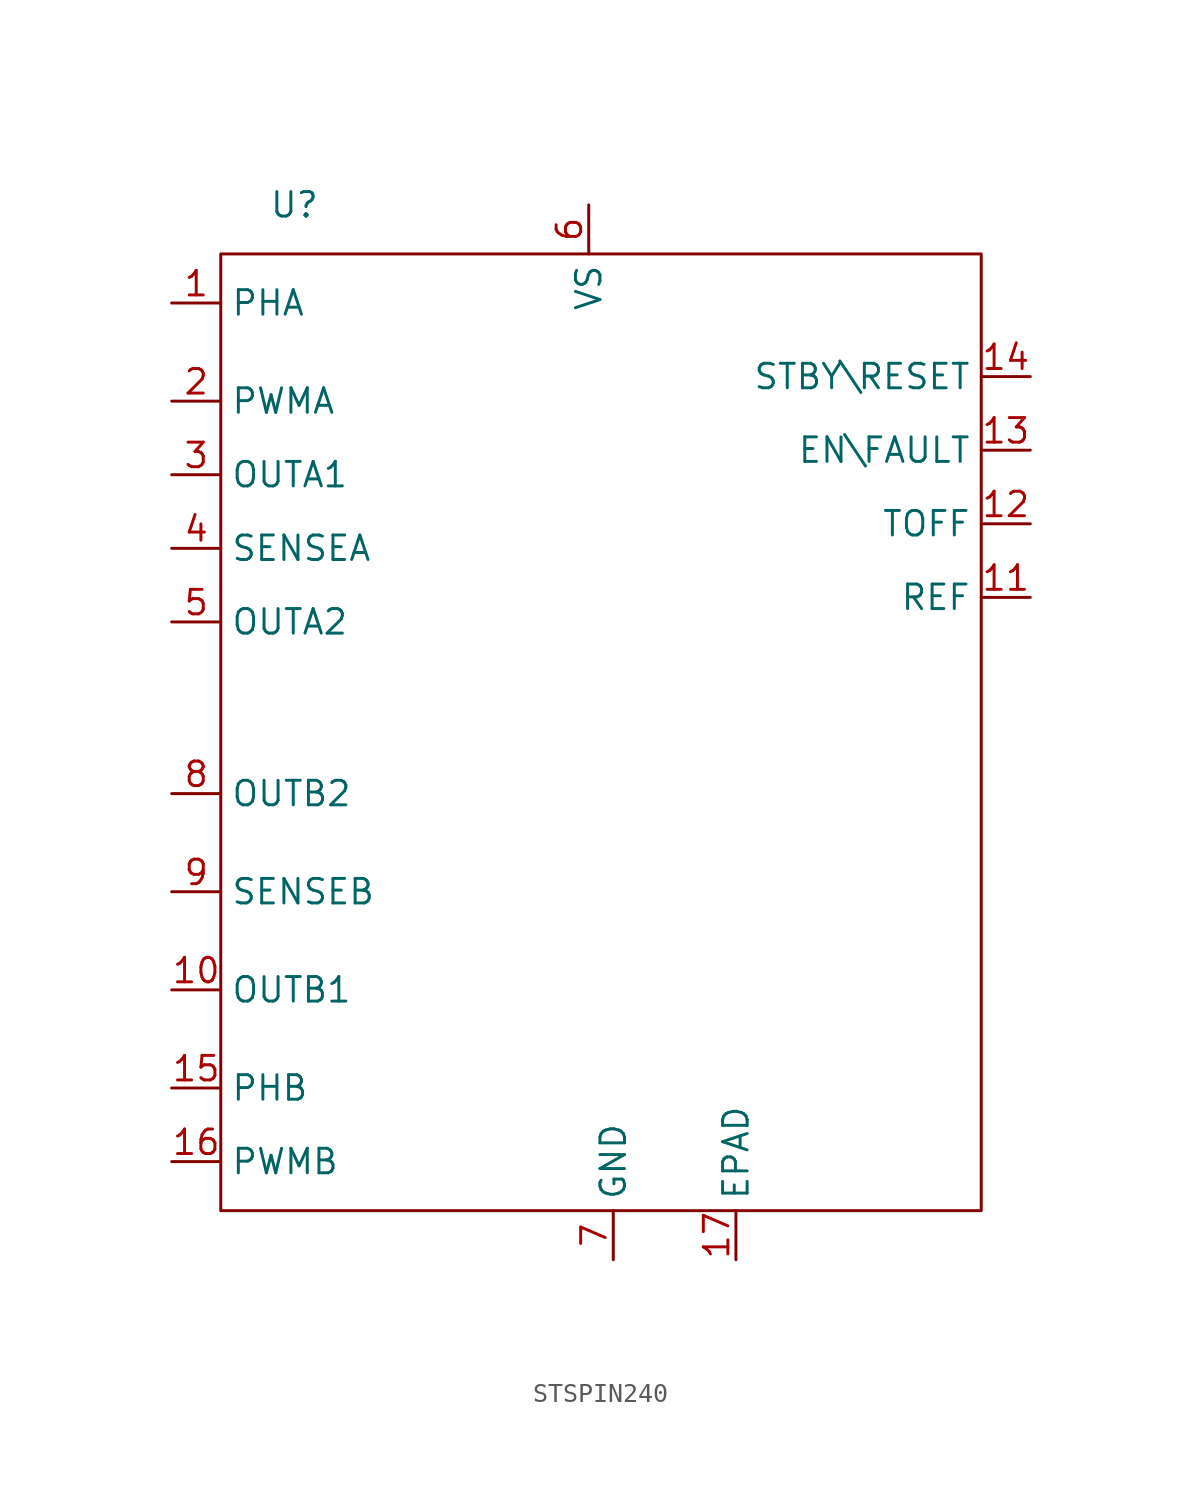
<source format=kicad_sym>
(kicad_symbol_lib
  (version 20220914)
  (generator kicad_symbol_editor)
  (symbol "STSPIN240"
    (property "Reference" "U"
      (at -2.54 7.62 0)
      (effects (font (size 1.27 1.27))))
    (property "Value" ""
      (at 0 0 0)
      (effects (font (size 1.27 1.27))))
    (symbol "STSPIN240_0_1"
      (rectangle (start -6.35 5.08) (end 33.02 -44.45) (stroke (width 0) (type default)) (fill (type none))))
    (symbol "STSPIN240_1_1"
      (pin input line (at -8.89 2.54 0) (length 2.54) (name "PHA" (effects (font (size 1.27 1.27)))) (number "1" (effects (font (size 1.27 1.27)))))
      (pin power_out line (at -8.89 -33.02 0) (length 2.54) (name "OUTB1" (effects (font (size 1.27 1.27)))) (number "10" (effects (font (size 1.27 1.27)))))
      (pin input line (at 35.56 -12.7 180) (length 2.54) (name "REF" (effects (font (size 1.27 1.27)))) (number "11" (effects (font (size 1.27 1.27)))))
      (pin input line (at 35.56 -8.89 180) (length 2.54) (name "TOFF" (effects (font (size 1.27 1.27)))) (number "12" (effects (font (size 1.27 1.27)))))
      (pin bidirectional line (at 35.56 -5.08 180) (length 2.54) (name "EN\\FAULT" (effects (font (size 1.27 1.27)))) (number "13" (effects (font (size 1.27 1.27)))))
      (pin input line (at 35.56 -1.27 180) (length 2.54) (name "STBY\\RESET" (effects (font (size 1.27 1.27)))) (number "14" (effects (font (size 1.27 1.27)))))
      (pin input line (at -8.89 -38.1 0) (length 2.54) (name "PHB" (effects (font (size 1.27 1.27)))) (number "15" (effects (font (size 1.27 1.27)))))
      (pin input line (at -8.89 -41.91 0) (length 2.54) (name "PWMB" (effects (font (size 1.27 1.27)))) (number "16" (effects (font (size 1.27 1.27)))))
      (pin power_in line (at 20.32 -46.99 90) (length 2.54) (name "EPAD" (effects (font (size 1.27 1.27)))) (number "17" (effects (font (size 1.27 1.27)))))
      (pin input line (at -8.89 -2.54 0) (length 2.54) (name "PWMA" (effects (font (size 1.27 1.27)))) (number "2" (effects (font (size 1.27 1.27)))))
      (pin power_out line (at -8.89 -6.35 0) (length 2.54) (name "OUTA1" (effects (font (size 1.27 1.27)))) (number "3" (effects (font (size 1.27 1.27)))))
      (pin power_out line (at -8.89 -10.16 0) (length 2.54) (name "SENSEA" (effects (font (size 1.27 1.27)))) (number "4" (effects (font (size 1.27 1.27)))))
      (pin power_out line (at -8.89 -13.97 0) (length 2.54) (name "OUTA2" (effects (font (size 1.27 1.27)))) (number "5" (effects (font (size 1.27 1.27)))))
      (pin power_in line (at 12.7 7.62 270) (length 2.54) (name "VS" (effects (font (size 1.27 1.27)))) (number "6" (effects (font (size 1.27 1.27)))))
      (pin power_in line (at 13.97 -46.99 90) (length 2.54) (name "GND" (effects (font (size 1.27 1.27)))) (number "7" (effects (font (size 1.27 1.27)))))
      (pin power_out line (at -8.89 -22.86 0) (length 2.54) (name "OUTB2" (effects (font (size 1.27 1.27)))) (number "8" (effects (font (size 1.27 1.27)))))
      (pin power_out line (at -8.89 -27.94 0) (length 2.54) (name "SENSEB" (effects (font (size 1.27 1.27)))) (number "9" (effects (font (size 1.27 1.27))))))))
</source>
